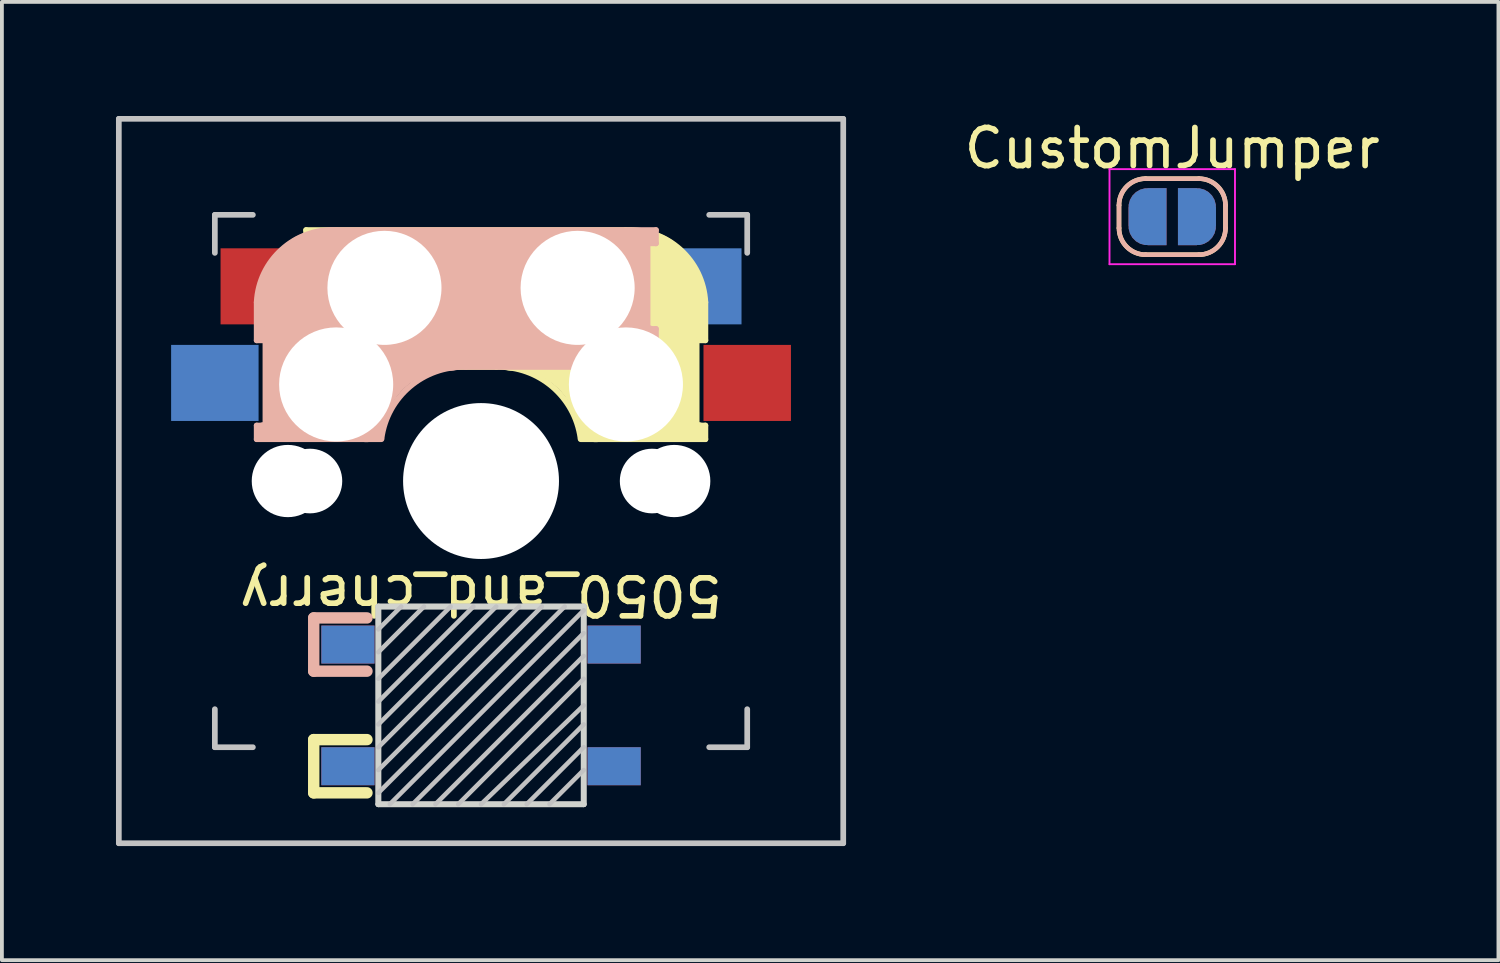
<source format=kicad_pcb>
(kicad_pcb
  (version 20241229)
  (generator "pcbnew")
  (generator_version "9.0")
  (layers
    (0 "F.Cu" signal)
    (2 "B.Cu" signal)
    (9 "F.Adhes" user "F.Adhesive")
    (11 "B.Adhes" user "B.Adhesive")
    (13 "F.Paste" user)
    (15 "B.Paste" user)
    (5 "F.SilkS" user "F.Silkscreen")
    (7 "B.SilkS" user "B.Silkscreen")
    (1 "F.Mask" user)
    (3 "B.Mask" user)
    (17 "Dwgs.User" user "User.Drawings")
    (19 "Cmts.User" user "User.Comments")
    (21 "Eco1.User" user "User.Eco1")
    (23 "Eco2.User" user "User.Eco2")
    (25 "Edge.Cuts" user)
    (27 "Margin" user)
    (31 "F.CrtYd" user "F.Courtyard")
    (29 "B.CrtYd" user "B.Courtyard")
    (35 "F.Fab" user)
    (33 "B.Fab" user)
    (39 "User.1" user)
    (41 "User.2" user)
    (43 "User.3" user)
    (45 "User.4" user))
  (footprint "CustomJumper"
    (layer "F.Cu")
    (at 27.777 2.648)
    (property "Reference" "CustomJumper" (at 0 -1.8 0) (layer "F.SilkS") (effects (font (size 1 1) (thickness 0.15))))
    (attr exclude_from_pos_files exclude_from_bom)
    (fp_line (start -1.4 0.3) (end -1.4 -0.3) (stroke (width 0.12) (type solid)) (layer "F.SilkS"))
    (fp_line (start -0.7 -1) (end 0.7 -1) (stroke (width 0.12) (type solid)) (layer "F.SilkS"))
    (fp_line (start 0.7 1) (end -0.7 1) (stroke (width 0.12) (type solid)) (layer "F.SilkS"))
    (fp_line (start 1.4 -0.3) (end 1.4 0.3) (stroke (width 0.12) (type solid)) (layer "F.SilkS"))
    (fp_arc (start -1.4 -0.3) (mid -1.194975 -0.794975) (end -0.7 -1) (stroke (width 0.12) (type solid)) (layer "F.SilkS"))
    (fp_arc (start -0.7 1) (mid -1.194975 0.794975) (end -1.4 0.3) (stroke (width 0.12) (type solid)) (layer "F.SilkS"))
    (fp_arc (start 0.7 -1) (mid 1.194975 -0.794975) (end 1.4 -0.3) (stroke (width 0.12) (type solid)) (layer "F.SilkS"))
    (fp_arc (start 1.4 0.3) (mid 1.194975 0.794975) (end 0.7 1) (stroke (width 0.12) (type solid)) (layer "F.SilkS"))
    (fp_line (start -1.4 -0.3) (end -1.4 0.3) (stroke (width 0.12) (type solid)) (layer "B.SilkS"))
    (fp_line (start -0.7 1) (end 0.7 1) (stroke (width 0.12) (type solid)) (layer "B.SilkS"))
    (fp_line (start 0.7 -1) (end -0.7 -1) (stroke (width 0.12) (type solid)) (layer "B.SilkS"))
    (fp_line (start 1.4 0.3) (end 1.4 -0.3) (stroke (width 0.12) (type solid)) (layer "B.SilkS"))
    (fp_arc (start -1.400001 -0.300001) (mid -1.194976 -0.794976) (end -0.700001 -1.000001) (stroke (width 0.12) (type solid)) (layer "B.SilkS"))
    (fp_arc (start -0.700001 0.999999) (mid -1.194976 0.794974) (end -1.400001 0.299999) (stroke (width 0.12) (type solid)) (layer "B.SilkS"))
    (fp_arc (start 0.699999 -1.000001) (mid 1.194974 -0.794976) (end 1.399999 -0.300001) (stroke (width 0.12) (type solid)) (layer "B.SilkS"))
    (fp_arc (start 1.399999 0.299999) (mid 1.194974 0.794974) (end 0.699999 0.999999) (stroke (width 0.12) (type solid)) (layer "B.SilkS"))
    (fp_line (start -1.65 -1.25) (end -1.65 1.25) (stroke (width 0.05) (type solid)) (layer "F.CrtYd"))
    (fp_line (start -1.65 -1.25) (end 1.65 -1.25) (stroke (width 0.05) (type solid)) (layer "F.CrtYd"))
    (fp_line (start 1.65 1.25) (end -1.65 1.25) (stroke (width 0.05) (type solid)) (layer "F.CrtYd"))
    (fp_line (start 1.65 1.25) (end 1.65 -1.25) (stroke (width 0.05) (type solid)) (layer "F.CrtYd"))
    (pad "1" smd custom (at -0.65 0) (size 1 0.5) (layers "F.Cu" "F.Mask") (options (anchor rect)) (primitives (gr_circle (center 0 0.25) (end 0.5 0.25) (width 0) (fill yes)) (gr_circle (center 0 -0.25) (end 0.5 -0.25) (width 0) (fill yes)) (gr_poly (pts (xy 0.5 0.75) (xy 0 0.75) (xy 0 -0.75) (xy 0.5 -0.75)) (width 0) (fill yes))))
    (pad "1" smd custom (at -0.65 0 180) (size 1 0.5) (layers "B.Cu" "B.Mask") (options (anchor rect)) (primitives (gr_circle (center 0 0.25) (end 0.5 0.25) (width 0) (fill yes)) (gr_circle (center 0 -0.25) (end 0.5 -0.25) (width 0) (fill yes)) (gr_poly (pts (xy -0.5 0.75) (xy 0 0.75) (xy 0 -0.75) (xy -0.5 -0.75)) (width 0) (fill yes))))
    (pad "2" smd custom (at 0.65 0) (size 1 0.5) (layers "F.Cu" "F.Mask") (options (anchor rect)) (primitives (gr_circle (center 0 0.25) (end 0.5 0.25) (width 0) (fill yes)) (gr_circle (center 0 -0.25) (end 0.5 -0.25) (width 0) (fill yes)) (gr_poly (pts (xy 0 0.75) (xy -0.5 0.75) (xy -0.5 -0.75) (xy 0 -0.75)) (width 0) (fill yes))))
    (pad "3" smd custom (at 0.65 0 180) (size 1 0.5) (layers "B.Cu" "B.Mask") (options (anchor rect)) (primitives (gr_circle (center 0 0.25) (end 0.5 0.25) (width 0) (fill yes)) (gr_circle (center 0 -0.25) (end 0.5 -0.25) (width 0) (fill yes)) (gr_poly (pts (xy 0 0.75) (xy 0.5 0.75) (xy 0.5 -0.75) (xy 0 -0.75)) (width 0) (fill yes)))))
  (footprint "5050_and_cherry"
    (layer "F.Cu")
    (at 9.6 9.6)
    (property "Reference" "5050_and_cherry" (at 0 3 180) (unlocked yes) (layer "F.SilkS") (effects (font (size 1 1) (thickness 0.15))))
    (attr through_hole)
    (fp_line (start -4.6 -6.6) (end 3.8 -6.6) (stroke (width 0.15) (type solid)) (layer "F.SilkS"))
    (fp_line (start -4.6 -6.25) (end -4.6 -6.6) (stroke (width 0.15) (type solid)) (layer "F.SilkS"))
    (fp_line (start -4.6 -4) (end -4.4 -4) (stroke (width 0.15) (type solid)) (layer "F.SilkS"))
    (fp_line (start -4.6 -3) (end -4.6 -4) (stroke (width 0.15) (type solid)) (layer "F.SilkS"))
    (fp_line (start -4.4 -6.4) (end -3 -6.4) (stroke (width 0.4) (type solid)) (layer "F.SilkS"))
    (fp_line (start -4.4 -6.25) (end -4.6 -6.25) (stroke (width 0.15) (type solid)) (layer "F.SilkS"))
    (fp_line (start -4.4 -3.9) (end -4.4 -3.2) (stroke (width 0.4) (type solid)) (layer "F.SilkS"))
    (fp_line (start -4.4 6.8) (end -3 6.8) (stroke (width 0.3) (type solid)) (layer "F.SilkS"))
    (fp_line (start -4.4 8.2) (end -4.4 6.8) (stroke (width 0.3) (type solid)) (layer "F.SilkS"))
    (fp_line (start -4.38 -4) (end -4.38 -6.25) (stroke (width 0.15) (type solid)) (layer "F.SilkS"))
    (fp_line (start -4.3 -3.3) (end -2.9 -3.3) (stroke (width 0.5) (type solid)) (layer "F.SilkS"))
    (fp_line (start -3.9 -6) (end -3.9 -3.5) (stroke (width 1) (type solid)) (layer "F.SilkS"))
    (fp_line (start -3 8.2) (end -4.4 8.2) (stroke (width 0.3) (type solid)) (layer "F.SilkS"))
    (fp_line (start -2.6 -4.8) (end 4.1 -4.8) (stroke (width 3.5) (type solid)) (layer "F.SilkS"))
    (fp_line (start 0.4 -3) (end -4.6 -3) (stroke (width 0.15) (type solid)) (layer "F.SilkS"))
    (fp_line (start 4.17 -5.1) (end 4.17 -2.86) (stroke (width 3) (type solid)) (layer "F.SilkS"))
    (fp_line (start 5.3 -1.6) (end 5.3 -3.4) (stroke (width 0.8) (type solid)) (layer "F.SilkS"))
    (fp_line (start 5.67 -3.7) (end 5.67 -1.46) (stroke (width 0.15) (type solid)) (layer "F.SilkS"))
    (fp_line (start 5.7 -1.46) (end 5.9 -1.46) (stroke (width 0.15) (type solid)) (layer "F.SilkS"))
    (fp_line (start 5.7 -1.3) (end 3 -1.3) (stroke (width 0.5) (type solid)) (layer "F.SilkS"))
    (fp_line (start 5.8 -3.8) (end 5.8 -4.7) (stroke (width 0.3) (type solid)) (layer "F.SilkS"))
    (fp_line (start 5.9 -4.7) (end 5.9 -3.7) (stroke (width 0.15) (type solid)) (layer "F.SilkS"))
    (fp_line (start 5.9 -3.7) (end 5.7 -3.7) (stroke (width 0.15) (type solid)) (layer "F.SilkS"))
    (fp_line (start 5.9 -1.1) (end 2.62 -1.1) (stroke (width 0.15) (type solid)) (layer "F.SilkS"))
    (fp_line (start 5.9 -1.1) (end 5.9 -1.46) (stroke (width 0.15) (type solid)) (layer "F.SilkS"))
    (fp_arc (start 0.4 -3) (mid 1.868709 -2.486118) (end 2.616318 -1.121471) (stroke (width 0.15) (type solid)) (layer "F.SilkS"))
    (fp_arc (start 0.8 -3.4) (mid 2.268709 -2.886118) (end 3.016318 -1.521471) (stroke (width 1) (type solid)) (layer "F.SilkS"))
    (fp_arc (start 3.8 -6.600001) (mid 5.243504 -6.084925) (end 5.900001 -4.7) (stroke (width 0.15) (type solid)) (layer "F.SilkS"))
    (fp_line (start -5.9 -4.7) (end -5.9 -3.7) (stroke (width 0.15) (type solid)) (layer "B.SilkS"))
    (fp_line (start -5.9 -3.7) (end -5.7 -3.7) (stroke (width 0.15) (type solid)) (layer "B.SilkS"))
    (fp_line (start -5.9 -1.1) (end -5.9 -1.46) (stroke (width 0.15) (type solid)) (layer "B.SilkS"))
    (fp_line (start -5.9 -1.1) (end -2.62 -1.1) (stroke (width 0.15) (type solid)) (layer "B.SilkS"))
    (fp_line (start -5.8 -3.8) (end -5.8 -4.7) (stroke (width 0.3) (type solid)) (layer "B.SilkS"))
    (fp_line (start -5.7 -1.46) (end -5.9 -1.46) (stroke (width 0.15) (type solid)) (layer "B.SilkS"))
    (fp_line (start -5.7 -1.3) (end -3 -1.3) (stroke (width 0.5) (type solid)) (layer "B.SilkS"))
    (fp_line (start -5.67 -3.7) (end -5.67 -1.46) (stroke (width 0.15) (type solid)) (layer "B.SilkS"))
    (fp_line (start -5.3 -1.6) (end -5.3 -3.4) (stroke (width 0.8) (type solid)) (layer "B.SilkS"))
    (fp_line (start -4.4 3.6) (end -3 3.6) (stroke (width 0.3) (type solid)) (layer "B.SilkS"))
    (fp_line (start -4.4 5) (end -4.4 3.6) (stroke (width 0.3) (type solid)) (layer "B.SilkS"))
    (fp_line (start -4.17 -5.1) (end -4.17 -2.86) (stroke (width 3) (type solid)) (layer "B.SilkS"))
    (fp_line (start -3 5) (end -4.4 5) (stroke (width 0.3) (type solid)) (layer "B.SilkS"))
    (fp_line (start -0.4 -3) (end 4.6 -3) (stroke (width 0.15) (type solid)) (layer "B.SilkS"))
    (fp_line (start 2.6 -4.8) (end -4.1 -4.8) (stroke (width 3.5) (type solid)) (layer "B.SilkS"))
    (fp_line (start 3.9 -6) (end 3.9 -3.5) (stroke (width 1) (type solid)) (layer "B.SilkS"))
    (fp_line (start 4.3 -3.3) (end 2.9 -3.3) (stroke (width 0.5) (type solid)) (layer "B.SilkS"))
    (fp_line (start 4.38 -4) (end 4.38 -6.25) (stroke (width 0.15) (type solid)) (layer "B.SilkS"))
    (fp_line (start 4.4 -6.4) (end 3 -6.4) (stroke (width 0.4) (type solid)) (layer "B.SilkS"))
    (fp_line (start 4.4 -6.25) (end 4.6 -6.25) (stroke (width 0.15) (type solid)) (layer "B.SilkS"))
    (fp_line (start 4.4 -3.9) (end 4.4 -3.2) (stroke (width 0.4) (type solid)) (layer "B.SilkS"))
    (fp_line (start 4.6 -6.6) (end -3.8 -6.6) (stroke (width 0.15) (type solid)) (layer "B.SilkS"))
    (fp_line (start 4.6 -6.25) (end 4.6 -6.6) (stroke (width 0.15) (type solid)) (layer "B.SilkS"))
    (fp_line (start 4.6 -4) (end 4.4 -4) (stroke (width 0.15) (type solid)) (layer "B.SilkS"))
    (fp_line (start 4.6 -3) (end 4.6 -4) (stroke (width 0.15) (type solid)) (layer "B.SilkS"))
    (fp_arc (start -5.9 -4.699999) (mid -5.243504 -6.084924) (end -3.800001 -6.6) (stroke (width 0.15) (type solid)) (layer "B.SilkS"))
    (fp_arc (start -3.016318 -1.521471) (mid -2.268709 -2.886118) (end -0.8 -3.4) (stroke (width 1) (type solid)) (layer "B.SilkS"))
    (fp_arc (start -2.616318 -1.121471) (mid -1.868709 -2.486118) (end -0.4 -3) (stroke (width 0.15) (type solid)) (layer "B.SilkS"))
    (fp_line (start -9.525 -9.525) (end 9.525 -9.525) (stroke (width 0.15) (type solid)) (layer "Dwgs.User"))
    (fp_line (start -9.525 9.525) (end -9.525 -9.525) (stroke (width 0.15) (type solid)) (layer "Dwgs.User"))
    (fp_line (start -7 -7) (end -6 -7) (stroke (width 0.15) (type solid)) (layer "Dwgs.User"))
    (fp_line (start -7 -6) (end -7 -7) (stroke (width 0.15) (type solid)) (layer "Dwgs.User"))
    (fp_line (start -7 6) (end -7 7) (stroke (width 0.15) (type solid)) (layer "Dwgs.User"))
    (fp_line (start -7 7) (end -6 7) (stroke (width 0.15) (type solid)) (layer "Dwgs.User"))
    (fp_line (start -2.1 3.3) (end -2.7 3.9) (stroke (width 0.12) (type solid)) (layer "Dwgs.User"))
    (fp_line (start -1.5 3.3) (end -2.7 4.5) (stroke (width 0.12) (type solid)) (layer "Dwgs.User"))
    (fp_line (start -0.8 3.3) (end -2.7 5.2) (stroke (width 0.12) (type solid)) (layer "Dwgs.User"))
    (fp_line (start -0.2 3.3) (end -2.7 5.8) (stroke (width 0.12) (type solid)) (layer "Dwgs.User"))
    (fp_line (start 0.4 3.3) (end -2.7 6.4) (stroke (width 0.12) (type solid)) (layer "Dwgs.User"))
    (fp_line (start 1 3.3) (end -2.7 7) (stroke (width 0.12) (type solid)) (layer "Dwgs.User"))
    (fp_line (start 1.2 8.5) (end 2.7 7) (stroke (width 0.12) (type solid)) (layer "Dwgs.User"))
    (fp_line (start 1.6 3.3) (end -2.7 7.6) (stroke (width 0.12) (type solid)) (layer "Dwgs.User"))
    (fp_line (start 2.2 3.3) (end -2.7 8.2) (stroke (width 0.12) (type solid)) (layer "Dwgs.User"))
    (fp_line (start 2.7 3.4) (end -2.4 8.5) (stroke (width 0.12) (type solid)) (layer "Dwgs.User"))
    (fp_line (start 2.7 4) (end -1.8 8.5) (stroke (width 0.12) (type solid)) (layer "Dwgs.User"))
    (fp_line (start 2.7 4.6) (end -1.2 8.5) (stroke (width 0.12) (type solid)) (layer "Dwgs.User"))
    (fp_line (start 2.7 5.2) (end -0.6 8.5) (stroke (width 0.12) (type solid)) (layer "Dwgs.User"))
    (fp_line (start 2.7 5.9) (end 0 8.5) (stroke (width 0.12) (type solid)) (layer "Dwgs.User"))
    (fp_line (start 2.7 6.4) (end 0.6 8.5) (stroke (width 0.12) (type solid)) (layer "Dwgs.User"))
    (fp_line (start 2.7 7.6) (end 1.8 8.5) (stroke (width 0.12) (type solid)) (layer "Dwgs.User"))
    (fp_line (start 6 7) (end 7 7) (stroke (width 0.15) (type solid)) (layer "Dwgs.User"))
    (fp_line (start 7 -7) (end 6 -7) (stroke (width 0.15) (type solid)) (layer "Dwgs.User"))
    (fp_line (start 7 -7) (end 7 -6) (stroke (width 0.15) (type solid)) (layer "Dwgs.User"))
    (fp_line (start 7 7) (end 7 6) (stroke (width 0.15) (type solid)) (layer "Dwgs.User"))
    (fp_line (start 9.525 -9.525) (end 9.525 9.525) (stroke (width 0.15) (type solid)) (layer "Dwgs.User"))
    (fp_line (start 9.525 9.525) (end -9.525 9.525) (stroke (width 0.15) (type solid)) (layer "Dwgs.User"))
    (fp_line (start -2.7 3.3) (end -2.7 8.5) (stroke (width 0.15) (type solid)) (layer "Edge.Cuts"))
    (fp_line (start -2.7 3.3) (end 2.7 3.3) (stroke (width 0.15) (type solid)) (layer "Edge.Cuts"))
    (fp_line (start 2.7 3.3) (end 2.7 8.5) (stroke (width 0.15) (type solid)) (layer "Edge.Cuts"))
    (fp_line (start 2.7 8.5) (end -2.7 8.5) (stroke (width 0.15) (type solid)) (layer "Edge.Cuts"))
    (fp_line (start -2.7 3.3) (end -2.7 8.5) (stroke (width 0.15) (type solid)) (layer "F.Fab"))
    (fp_line (start -2.7 3.3) (end 2.7 3.3) (stroke (width 0.15) (type solid)) (layer "F.Fab"))
    (fp_line (start 2.7 3.3) (end 2.7 8.5) (stroke (width 0.15) (type solid)) (layer "F.Fab"))
    (fp_line (start 2.7 8.5) (end -2.7 8.5) (stroke (width 0.15) (type solid)) (layer "F.Fab"))
    (pad "" np_thru_hole circle (at -5.08 0) (size 1.9 1.9) (drill 1.9) (layers "*.Cu" "*.Mask"))
    (pad "" np_thru_hole circle (at -4.5 0) (size 1.7 1.7) (drill 1.7) (layers "*.Cu" "*.Mask"))
    (pad "" np_thru_hole circle (at -3.81 -2.54 180) (size 3 3) (drill 3) (layers "*.Cu" "*.Mask"))
    (pad "" np_thru_hole circle (at -2.54 -5.08 180) (size 3 3) (drill 3) (layers "*.Cu" "*.Mask"))
    (pad "" np_thru_hole circle (at 0 0 90) (size 4.1 4.1) (drill 4.1) (layers "*.Cu" "*.Mask"))
    (pad "" np_thru_hole circle (at 2.54 -5.08 180) (size 3 3) (drill 3) (layers "*.Cu" "*.Mask"))
    (pad "" np_thru_hole circle (at 3.81 -2.54 180) (size 3 3) (drill 3) (layers "*.Cu" "*.Mask"))
    (pad "" np_thru_hole circle (at 4.5 0) (size 1.7 1.7) (drill 1.7) (layers "*.Cu" "*.Mask"))
    (pad "" np_thru_hole circle (at 5.08 0) (size 1.9 1.9) (drill 1.9) (layers "*.Cu" "*.Mask"))
    (pad "1" smd rect (at -3.5 4.3) (size 1.4 1) (layers "B.Cu" "B.Mask" "B.Paste"))
    (pad "1" smd rect (at -3.5 7.5) (size 1.4 1) (layers "F.Cu" "F.Mask" "F.Paste"))
    (pad "2" smd rect (at -3.5 4.3) (size 1.4 1) (layers "F.Cu" "F.Mask" "F.Paste"))
    (pad "2" smd rect (at -3.5 7.5) (size 1.4 1) (layers "B.Cu" "B.Mask" "B.Paste"))
    (pad "3" smd rect (at 3.5 4.3) (size 1.4 1) (layers "F.Cu" "F.Mask" "F.Paste"))
    (pad "3" smd rect (at 3.5 7.5) (size 1.4 1) (layers "B.Cu" "B.Mask" "B.Paste"))
    (pad "4" smd rect (at 3.5 4.3) (size 1.4 1) (layers "B.Cu" "B.Mask" "B.Paste"))
    (pad "4" smd rect (at 3.5 7.5) (size 1.4 1) (layers "F.Cu" "F.Mask" "F.Paste"))
    (pad "5" smd rect (at -7 -2.58 180) (size 2.3 2) (layers "B.Cu" "B.Mask" "B.Paste"))
    (pad "5" smd rect (at 7 -2.58 180) (size 2.3 2) (layers "F.Cu" "F.Mask" "F.Paste"))
    (pad "6" smd rect (at -5.7 -5.12 180) (size 2.3 2) (layers "F.Cu" "F.Mask" "F.Paste"))
    (pad "6" smd rect (at 5.7 -5.12 180) (size 2.3 2) (layers "B.Cu" "B.Mask" "B.Paste")))
  (gr_rect
    (start -3 -3)
    (end 36.355 22.2)
    (stroke (width 0.1) (type default))
    (fill no)
    (layer "Edge.Cuts")))
</source>
